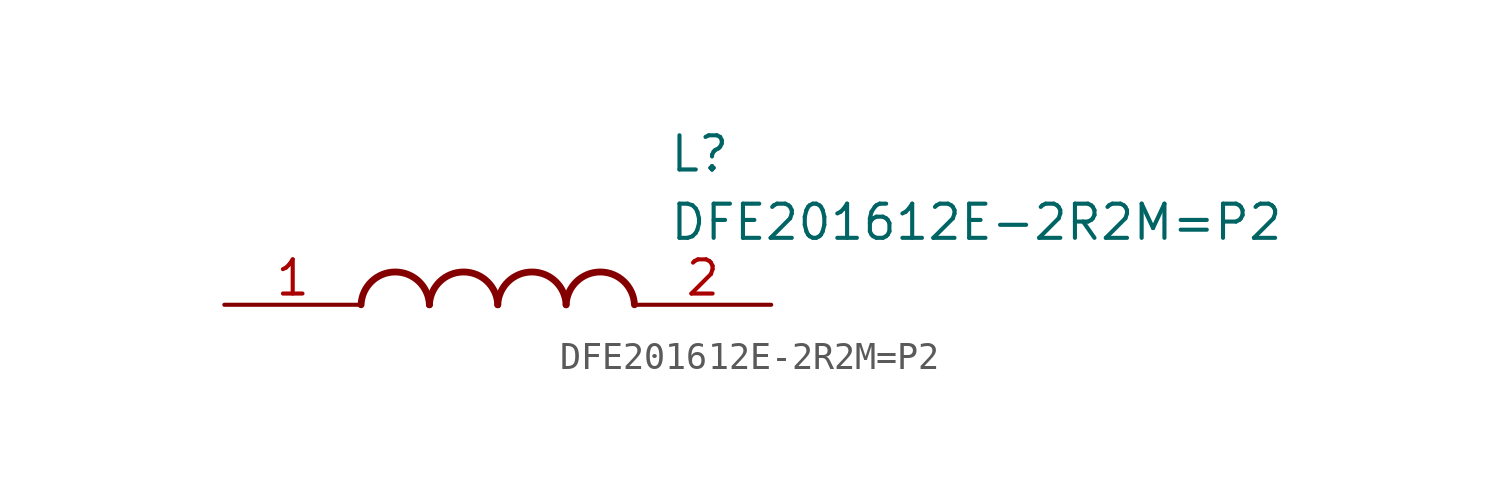
<source format=kicad_sym>
(kicad_symbol_lib
  (version 20211014)
  (generator SamacSys_ECAD_Model)
  (symbol "DFE201612E-2R2M=P2"
    (pin_names hide)
    (property "Reference" "L"
      (at 16.51 6.35 0)
      (effects (font (size 1.27 1.27)) (justify left top)))
    (property "Value" "DFE201612E-2R2M=P2"
      (at 16.51 3.81 0)
      (effects (font (size 1.27 1.27)) (justify left top)))
    (arc
      (start 7.62 0)
      (mid 6.35 1.219)
      (end 5.08 0)
      (stroke (width 0.254) (type default))
      (fill (type none)))
    (arc
      (start 10.16 0)
      (mid 8.89 1.219)
      (end 7.62 0)
      (stroke (width 0.254) (type default))
      (fill (type none)))
    (arc
      (start 12.7 0)
      (mid 11.43 1.219)
      (end 10.16 0)
      (stroke (width 0.254) (type default))
      (fill (type none)))
    (arc
      (start 15.24 0)
      (mid 13.97 1.219)
      (end 12.7 0)
      (stroke (width 0.254) (type default))
      (fill (type none)))
    (pin passive line
      (at 0 0 0)
      (length 5.08)
      (name "1" (effects (font (size 1.27 1.27))))
      (number "1" (effects (font (size 1.27 1.27)))))
    (pin passive line
      (at 20.32 0 180)
      (length 5.08)
      (name "2" (effects (font (size 1.27 1.27))))
      (number "2" (effects (font (size 1.27 1.27)))))))
</source>
